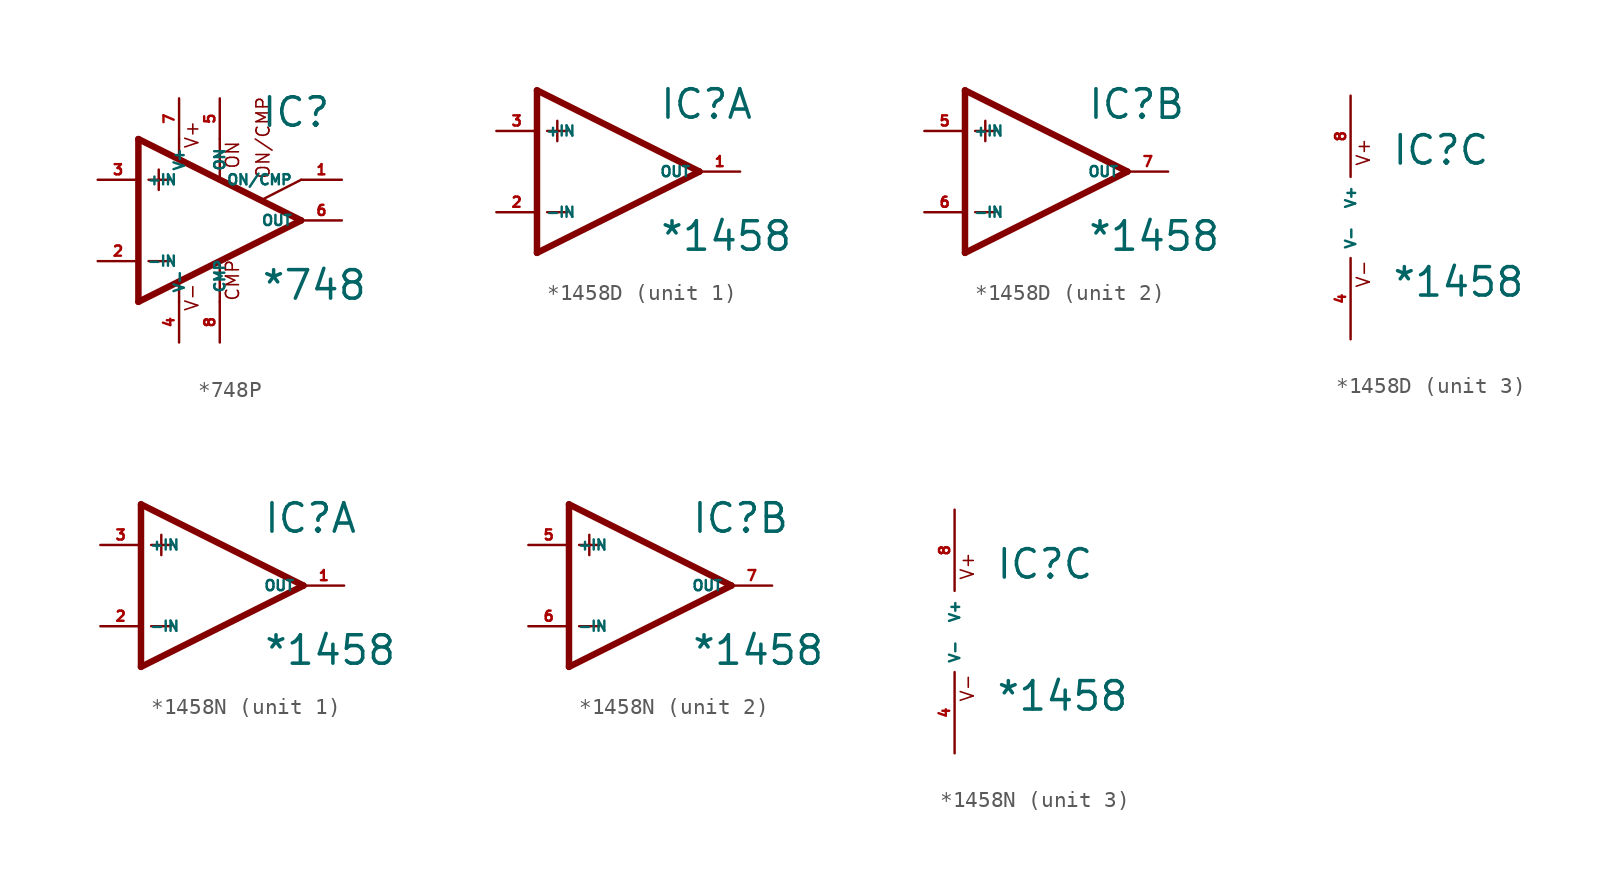
<source format=kicad_sym>
(kicad_symbol_lib
  (version 20220914)
  (generator Eagle2Kicad)
  (symbol "*748P"
    (property "Reference" "IC"
      (at 2.54 5.715 0)
      (effects (font (size 1.778 1.778) (thickness 0.22)) (justify left bottom)))
    (property "Value" "*748"
      (at 2.54 -5.08 0)
      (effects (font (size 1.778 1.778) (thickness 0.22)) (justify left bottom)))
    (polyline
      (pts (xy -3.81 3.175) (xy -3.81 1.905))
      (stroke (width 0.152) (type default))
      (fill (type none)))
    (polyline
      (pts (xy -4.445 2.54) (xy -3.175 2.54))
      (stroke (width 0.152) (type default))
      (fill (type none)))
    (polyline
      (pts (xy -4.445 -2.54) (xy -3.175 -2.54))
      (stroke (width 0.152) (type default))
      (fill (type none)))
    (polyline
      (pts (xy -5.08 5.08) (xy -5.08 -5.08))
      (stroke (width 0.406) (type default))
      (fill (type none)))
    (polyline
      (pts (xy -2.54 5.08) (xy -2.54 3.886))
      (stroke (width 0.152) (type default))
      (fill (type none)))
    (polyline
      (pts (xy 0 5.08) (xy 0 2.616))
      (stroke (width 0.152) (type default))
      (fill (type none)))
    (polyline
      (pts (xy 0 -5.08) (xy 0 -2.616))
      (stroke (width 0.152) (type default))
      (fill (type none)))
    (polyline
      (pts (xy 2.692 1.321) (xy 5.08 2.54))
      (stroke (width 0.152) (type default))
      (fill (type none)))
    (polyline
      (pts (xy -5.08 5.08) (xy 5.08 0))
      (stroke (width 0.406) (type default))
      (fill (type none)))
    (polyline
      (pts (xy -2.54 -3.886) (xy -2.54 -5.08))
      (stroke (width 0.152) (type default))
      (fill (type none)))
    (polyline
      (pts (xy -5.08 -5.08) (xy 5.08 0))
      (stroke (width 0.406) (type default))
      (fill (type none)))
    (text "ON"
      (at 1.27 3.175 900)
      (effects (font (size 0.813 0.813) (thickness 0.10)) (justify left bottom)))
    (text "CMP"
      (at 1.27 -5.08 900)
      (effects (font (size 0.813 0.813) (thickness 0.10)) (justify left bottom)))
    (text "ON/CMP"
      (at 3.175 2.54 900)
      (effects (font (size 0.813 0.813) (thickness 0.10)) (justify left bottom)))
    (text "V+"
      (at -1.27 4.445 900)
      (effects (font (size 0.813 0.813) (thickness 0.10)) (justify left bottom)))
    (text "V-"
      (at -1.27 -5.715 900)
      (effects (font (size 0.813 0.813) (thickness 0.10)) (justify left bottom)))
    (pin passive line
      (at 7.62 2.54 180)
      (length 2.54)
      (name "ON/CMP" (effects (font (size 0.635 0.635) (thickness 0.08)) (justify left bottom)))
      (number "1" (effects (font (size 0.635 0.635) (thickness 0.08)) (justify left bottom))))
    (pin input line
      (at -7.62 -2.54 0)
      (length 2.54)
      (name "-IN" (effects (font (size 0.635 0.635) (thickness 0.08)) (justify left bottom)))
      (number "2" (effects (font (size 0.635 0.635) (thickness 0.08)) (justify left bottom))))
    (pin input line
      (at -7.62 2.54 0)
      (length 2.54)
      (name "+IN" (effects (font (size 0.635 0.635) (thickness 0.08)) (justify left bottom)))
      (number "3" (effects (font (size 0.635 0.635) (thickness 0.08)) (justify left bottom))))
    (pin passive line
      (at 0 7.62 270)
      (length 2.54)
      (name "ON" (effects (font (size 0.635 0.635) (thickness 0.08)) (justify left bottom)))
      (number "5" (effects (font (size 0.635 0.635) (thickness 0.08)) (justify left bottom))))
    (pin output line
      (at 7.62 0 180)
      (length 2.54)
      (name "OUT" (effects (font (size 0.635 0.635) (thickness 0.08)) (justify left bottom)))
      (number "6" (effects (font (size 0.635 0.635) (thickness 0.08)) (justify left bottom))))
    (pin passive line
      (at 0 -7.62 90)
      (length 2.54)
      (name "CMP" (effects (font (size 0.635 0.635) (thickness 0.08)) (justify left bottom)))
      (number "8" (effects (font (size 0.635 0.635) (thickness 0.08)) (justify left bottom))))
    (pin unspecified line
      (at -2.54 7.62 270)
      (length 2.54)
      (name "V+" (effects (font (size 0.635 0.635) (thickness 0.08)) (justify left bottom)))
      (number "7" (effects (font (size 0.635 0.635) (thickness 0.08)) (justify left bottom))))
    (pin unspecified line
      (at -2.54 -7.62 90)
      (length 2.54)
      (name "V-" (effects (font (size 0.635 0.635) (thickness 0.08)) (justify left bottom)))
      (number "4" (effects (font (size 0.635 0.635) (thickness 0.08)) (justify left bottom)))))
  (symbol "*1458D"
    (property "Reference" "IC"
      (at 2.54 3.175 0)
      (effects (font (size 1.778 1.778) (thickness 0.22)) (justify left bottom)))
    (property "Value" "*1458"
      (at 2.54 -5.08 0)
      (effects (font (size 1.778 1.778) (thickness 0.22)) (justify left bottom)))
    (symbol "*1458D_1_0"
      (polyline (pts (xy -5.08 5.08) (xy -5.08 -5.08)) (stroke (width 0.406) (type default)) (fill (type none)))
      (polyline (pts (xy -5.08 -5.08) (xy 5.08 0)) (stroke (width 0.406) (type default)) (fill (type none)))
      (polyline (pts (xy 5.08 0) (xy -5.08 5.08)) (stroke (width 0.406) (type default)) (fill (type none)))
      (polyline (pts (xy -3.81 3.175) (xy -3.81 1.905)) (stroke (width 0.152) (type default)) (fill (type none)))
      (polyline (pts (xy -4.445 2.54) (xy -3.175 2.54)) (stroke (width 0.152) (type default)) (fill (type none)))
      (polyline (pts (xy -4.445 -2.54) (xy -3.175 -2.54)) (stroke (width 0.152) (type default)) (fill (type none)))
      (pin input line (at -7.62 -2.54 0) (length 2.54) (name "-IN" (effects (font (size 0.635 0.635) (thickness 0.08)) (justify left bottom))) (number "2" (effects (font (size 0.635 0.635) (thickness 0.08)) (justify left bottom))))
      (pin input line (at -7.62 2.54 0) (length 2.54) (name "+IN" (effects (font (size 0.635 0.635) (thickness 0.08)) (justify left bottom))) (number "3" (effects (font (size 0.635 0.635) (thickness 0.08)) (justify left bottom))))
      (pin output line (at 7.62 0 180) (length 2.54) (name "OUT" (effects (font (size 0.635 0.635) (thickness 0.08)) (justify left bottom))) (number "1" (effects (font (size 0.635 0.635) (thickness 0.08)) (justify left bottom)))))
    (symbol "*1458D_2_0"
      (polyline (pts (xy -5.08 5.08) (xy -5.08 -5.08)) (stroke (width 0.406) (type default)) (fill (type none)))
      (polyline (pts (xy -5.08 -5.08) (xy 5.08 0)) (stroke (width 0.406) (type default)) (fill (type none)))
      (polyline (pts (xy 5.08 0) (xy -5.08 5.08)) (stroke (width 0.406) (type default)) (fill (type none)))
      (polyline (pts (xy -3.81 3.175) (xy -3.81 1.905)) (stroke (width 0.152) (type default)) (fill (type none)))
      (polyline (pts (xy -4.445 2.54) (xy -3.175 2.54)) (stroke (width 0.152) (type default)) (fill (type none)))
      (polyline (pts (xy -4.445 -2.54) (xy -3.175 -2.54)) (stroke (width 0.152) (type default)) (fill (type none)))
      (pin input line (at -7.62 -2.54 0) (length 2.54) (name "-IN" (effects (font (size 0.635 0.635) (thickness 0.08)) (justify left bottom))) (number "6" (effects (font (size 0.635 0.635) (thickness 0.08)) (justify left bottom))))
      (pin input line (at -7.62 2.54 0) (length 2.54) (name "+IN" (effects (font (size 0.635 0.635) (thickness 0.08)) (justify left bottom))) (number "5" (effects (font (size 0.635 0.635) (thickness 0.08)) (justify left bottom))))
      (pin output line (at 7.62 0 180) (length 2.54) (name "OUT" (effects (font (size 0.635 0.635) (thickness 0.08)) (justify left bottom))) (number "7" (effects (font (size 0.635 0.635) (thickness 0.08)) (justify left bottom)))))
    (symbol "*1458D_3_0"
      (text "V+" (at 1.27 3.175 900) (effects (font (size 0.813 0.813) (thickness 0.10)) (justify left bottom)))
      (text "V-" (at 1.27 -4.445 900) (effects (font (size 0.813 0.813) (thickness 0.10)) (justify left bottom)))
      (pin unspecified line (at 0 7.62 270) (length 5.08) (name "V+" (effects (font (size 0.635 0.635) (thickness 0.08)) (justify left bottom))) (number "8" (effects (font (size 0.635 0.635) (thickness 0.08)) (justify left bottom))))
      (pin unspecified line (at 0 -7.62 90) (length 5.08) (name "V-" (effects (font (size 0.635 0.635) (thickness 0.08)) (justify left bottom))) (number "4" (effects (font (size 0.635 0.635) (thickness 0.08)) (justify left bottom))))))
  (symbol "*1458N"
    (property "Reference" "IC"
      (at 2.54 3.175 0)
      (effects (font (size 1.778 1.778) (thickness 0.22)) (justify left bottom)))
    (property "Value" "*1458"
      (at 2.54 -5.08 0)
      (effects (font (size 1.778 1.778) (thickness 0.22)) (justify left bottom)))
    (symbol "*1458N_1_0"
      (polyline (pts (xy -5.08 5.08) (xy -5.08 -5.08)) (stroke (width 0.406) (type default)) (fill (type none)))
      (polyline (pts (xy -5.08 -5.08) (xy 5.08 0)) (stroke (width 0.406) (type default)) (fill (type none)))
      (polyline (pts (xy 5.08 0) (xy -5.08 5.08)) (stroke (width 0.406) (type default)) (fill (type none)))
      (polyline (pts (xy -3.81 3.175) (xy -3.81 1.905)) (stroke (width 0.152) (type default)) (fill (type none)))
      (polyline (pts (xy -4.445 2.54) (xy -3.175 2.54)) (stroke (width 0.152) (type default)) (fill (type none)))
      (polyline (pts (xy -4.445 -2.54) (xy -3.175 -2.54)) (stroke (width 0.152) (type default)) (fill (type none)))
      (pin input line (at -7.62 -2.54 0) (length 2.54) (name "-IN" (effects (font (size 0.635 0.635) (thickness 0.08)) (justify left bottom))) (number "2" (effects (font (size 0.635 0.635) (thickness 0.08)) (justify left bottom))))
      (pin input line (at -7.62 2.54 0) (length 2.54) (name "+IN" (effects (font (size 0.635 0.635) (thickness 0.08)) (justify left bottom))) (number "3" (effects (font (size 0.635 0.635) (thickness 0.08)) (justify left bottom))))
      (pin output line (at 7.62 0 180) (length 2.54) (name "OUT" (effects (font (size 0.635 0.635) (thickness 0.08)) (justify left bottom))) (number "1" (effects (font (size 0.635 0.635) (thickness 0.08)) (justify left bottom)))))
    (symbol "*1458N_2_0"
      (polyline (pts (xy -5.08 5.08) (xy -5.08 -5.08)) (stroke (width 0.406) (type default)) (fill (type none)))
      (polyline (pts (xy -5.08 -5.08) (xy 5.08 0)) (stroke (width 0.406) (type default)) (fill (type none)))
      (polyline (pts (xy 5.08 0) (xy -5.08 5.08)) (stroke (width 0.406) (type default)) (fill (type none)))
      (polyline (pts (xy -3.81 3.175) (xy -3.81 1.905)) (stroke (width 0.152) (type default)) (fill (type none)))
      (polyline (pts (xy -4.445 2.54) (xy -3.175 2.54)) (stroke (width 0.152) (type default)) (fill (type none)))
      (polyline (pts (xy -4.445 -2.54) (xy -3.175 -2.54)) (stroke (width 0.152) (type default)) (fill (type none)))
      (pin input line (at -7.62 -2.54 0) (length 2.54) (name "-IN" (effects (font (size 0.635 0.635) (thickness 0.08)) (justify left bottom))) (number "6" (effects (font (size 0.635 0.635) (thickness 0.08)) (justify left bottom))))
      (pin input line (at -7.62 2.54 0) (length 2.54) (name "+IN" (effects (font (size 0.635 0.635) (thickness 0.08)) (justify left bottom))) (number "5" (effects (font (size 0.635 0.635) (thickness 0.08)) (justify left bottom))))
      (pin output line (at 7.62 0 180) (length 2.54) (name "OUT" (effects (font (size 0.635 0.635) (thickness 0.08)) (justify left bottom))) (number "7" (effects (font (size 0.635 0.635) (thickness 0.08)) (justify left bottom)))))
    (symbol "*1458N_3_0"
      (text "V+" (at 1.27 3.175 900) (effects (font (size 0.813 0.813) (thickness 0.10)) (justify left bottom)))
      (text "V-" (at 1.27 -4.445 900) (effects (font (size 0.813 0.813) (thickness 0.10)) (justify left bottom)))
      (pin unspecified line (at 0 7.62 270) (length 5.08) (name "V+" (effects (font (size 0.635 0.635) (thickness 0.08)) (justify left bottom))) (number "8" (effects (font (size 0.635 0.635) (thickness 0.08)) (justify left bottom))))
      (pin unspecified line (at 0 -7.62 90) (length 5.08) (name "V-" (effects (font (size 0.635 0.635) (thickness 0.08)) (justify left bottom))) (number "4" (effects (font (size 0.635 0.635) (thickness 0.08)) (justify left bottom)))))))
</source>
